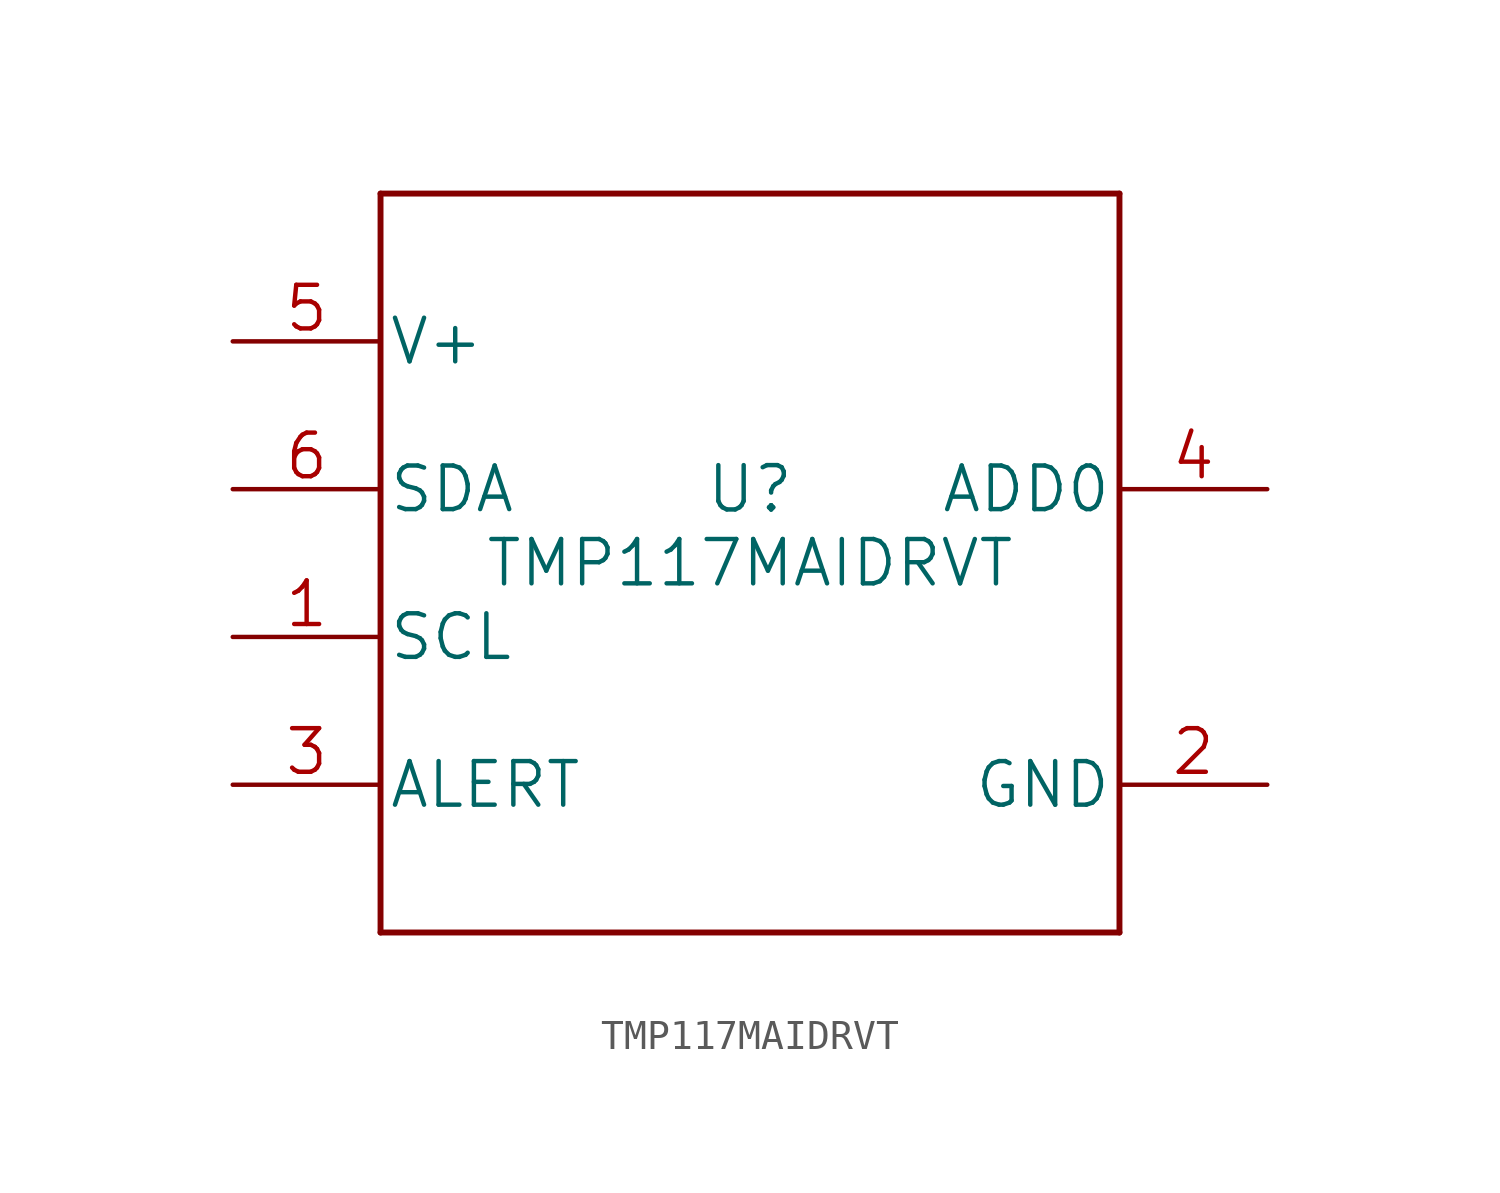
<source format=kicad_sym>
(kicad_symbol_lib
  (version 20220914)
  (generator kicad_symbol_editor)
  (symbol "TMP117MAIDRVT"
    (pin_names
      (offset 0.254))
    (property "Reference" "U"
      (at 0 2.54 0)
      (effects (font (size 1.524 1.524))))
    (property "Value" "TMP117MAIDRVT"
      (at 0 0 0)
      (effects (font (size 1.524 1.524))))
    (property "Datasheet" ""
      (at 0 0 0)
      (effects (font (size 1.524 1.524))))
    (property "ki_locked" ""
      (at 0 0 0)
      (effects (font (size 1.27 1.27))))
    (symbol "TMP117MAIDRVT_1_1"
      (polyline (pts (xy -12.7 -12.7) (xy 12.7 -12.7)) (stroke (width 0.203) (type solid)) (fill (type none)))
      (polyline (pts (xy -12.7 12.7) (xy -12.7 -12.7)) (stroke (width 0.203) (type solid)) (fill (type none)))
      (polyline (pts (xy 12.7 -12.7) (xy 12.7 12.7)) (stroke (width 0.203) (type solid)) (fill (type none)))
      (polyline (pts (xy 12.7 12.7) (xy -12.7 12.7)) (stroke (width 0.203) (type solid)) (fill (type none)))
      (pin open_collector line (at -17.78 -2.54 0) (length 5.08) (name "SCL" (effects (font (size 1.499 1.499)))) (number "1" (effects (font (size 1.499 1.499)))))
      (pin power_in line (at 17.78 -7.62 180) (length 5.08) (name "GND" (effects (font (size 1.499 1.499)))) (number "2" (effects (font (size 1.499 1.499)))))
      (pin open_collector line (at -17.78 -7.62 0) (length 5.08) (name "ALERT" (effects (font (size 1.499 1.499)))) (number "3" (effects (font (size 1.499 1.499)))))
      (pin input line (at 17.78 2.54 180) (length 5.08) (name "ADD0" (effects (font (size 1.499 1.499)))) (number "4" (effects (font (size 1.499 1.499)))))
      (pin power_in line (at -17.78 7.62 0) (length 5.08) (name "V+" (effects (font (size 1.499 1.499)))) (number "5" (effects (font (size 1.499 1.499)))))
      (pin bidirectional line (at -17.78 2.54 0) (length 5.08) (name "SDA" (effects (font (size 1.499 1.499)))) (number "6" (effects (font (size 1.499 1.499))))))))
</source>
